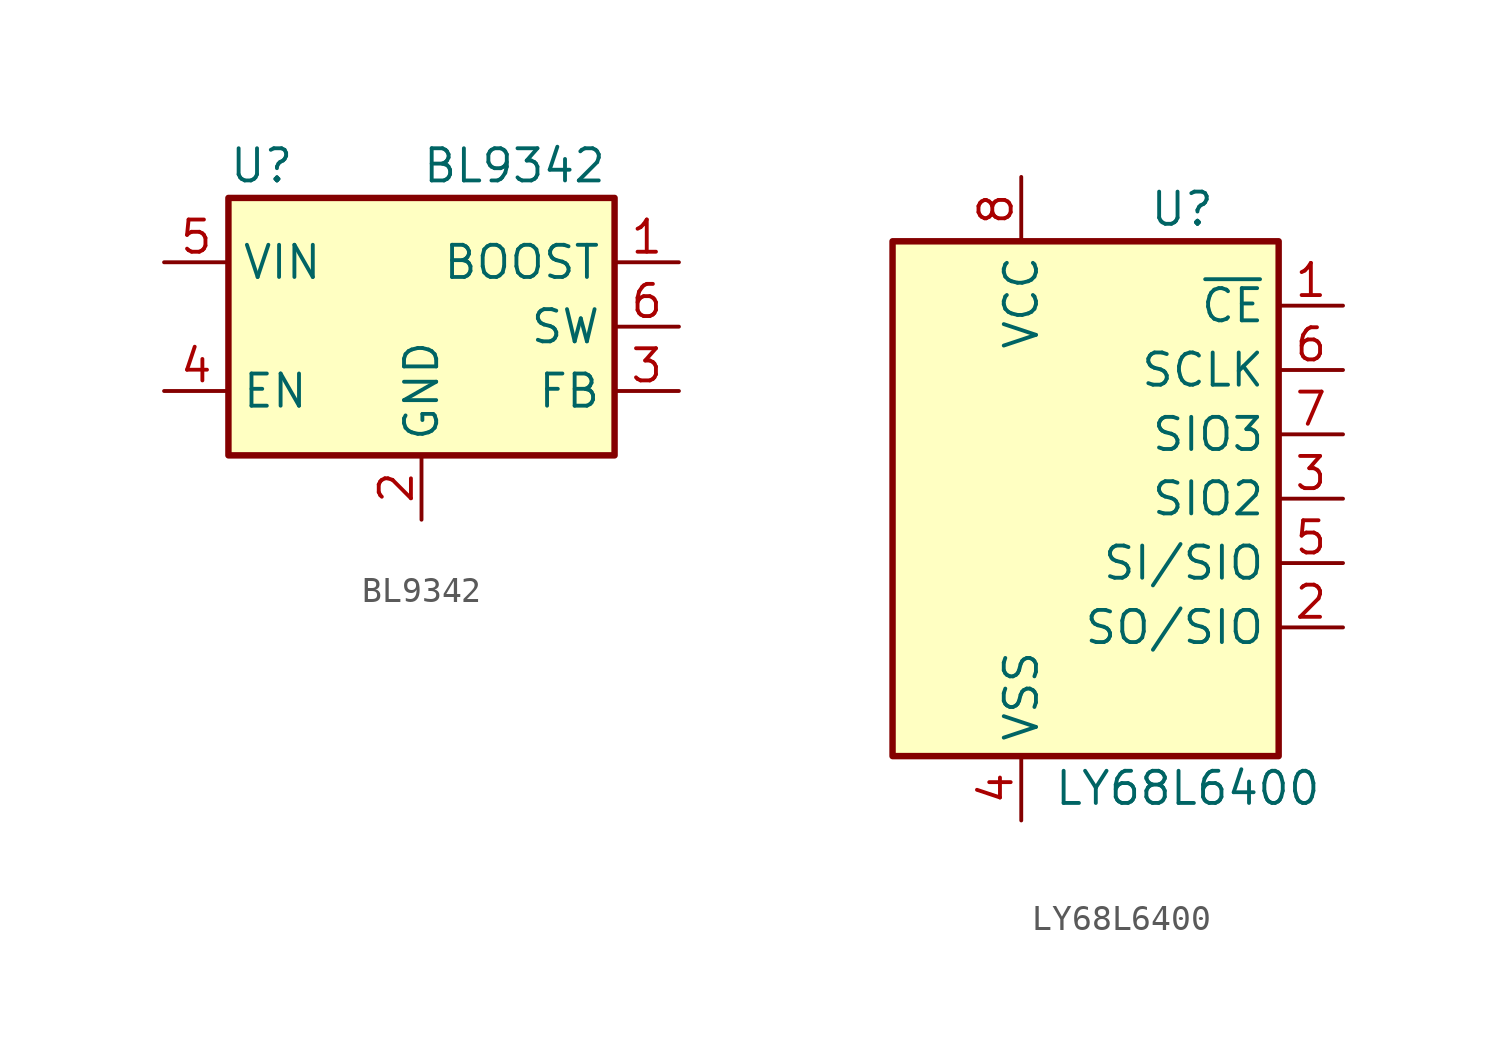
<source format=kicad_sym>
(kicad_symbol_lib
  (version 20211014)
  (generator kicad_symbol_editor)
  (symbol "BL9342"
    (property "Reference" "U"
      (at -7.62 6.35 0)
      (effects (font (size 1.27 1.27)) (justify left)))
    (property "Value" "BL9342"
      (at 0 6.35 0)
      (effects (font (size 1.27 1.27)) (justify left)))
    (symbol "BL9342_0_1"
      (rectangle (start -7.62 5.08) (end 7.62 -5.08) (stroke (width 0.254) (type default) (color 0 0 0 0)) (fill (type background)))
      (pin input line (at 10.16 2.54 180) (length 2.54) (name "BOOST" (effects (font (size 1.27 1.27)))) (number "1" (effects (font (size 1.27 1.27))))))
    (symbol "BL9342_1_1"
      (pin power_in line (at 0 -7.62 90) (length 2.54) (name "GND" (effects (font (size 1.27 1.27)))) (number "2" (effects (font (size 1.27 1.27)))))
      (pin input line (at 10.16 -2.54 180) (length 2.54) (name "FB" (effects (font (size 1.27 1.27)))) (number "3" (effects (font (size 1.27 1.27)))))
      (pin input line (at -10.16 -2.54 0) (length 2.54) (name "EN" (effects (font (size 1.27 1.27)))) (number "4" (effects (font (size 1.27 1.27)))))
      (pin power_in line (at -10.16 2.54 0) (length 2.54) (name "VIN" (effects (font (size 1.27 1.27)))) (number "5" (effects (font (size 1.27 1.27)))))
      (pin output line (at 10.16 0 180) (length 2.54) (name "SW" (effects (font (size 1.27 1.27)))) (number "6" (effects (font (size 1.27 1.27)))))))
  (symbol "LY68L6400"
    (property "Reference" "U"
      (at 3.81 11.43 0)
      (effects (font (size 1.27 1.27))))
    (property "Value" "LY68L6400"
      (at -1.27 -11.43 0)
      (effects (font (size 1.27 1.27)) (justify left)))
    (symbol "LY68L6400_0_1"
      (rectangle (start -7.62 10.16) (end 7.62 -10.16) (stroke (width 0.254) (type default) (color 0 0 0 0)) (fill (type background))))
    (symbol "LY68L6400_1_1"
      (pin input line (at 10.16 7.62 180) (length 2.54) (name "~{CE}" (effects (font (size 1.27 1.27)))) (number "1" (effects (font (size 1.27 1.27)))))
      (pin output line (at 10.16 -5.08 180) (length 2.54) (name "SO/SIO" (effects (font (size 1.27 1.27)))) (number "2" (effects (font (size 1.27 1.27)))))
      (pin bidirectional line (at 10.16 0 180) (length 2.54) (name "SIO2" (effects (font (size 1.27 1.27)))) (number "3" (effects (font (size 1.27 1.27)))))
      (pin power_in line (at -2.54 -12.7 90) (length 2.54) (name "VSS" (effects (font (size 1.27 1.27)))) (number "4" (effects (font (size 1.27 1.27)))))
      (pin input line (at 10.16 -2.54 180) (length 2.54) (name "SI/SIO" (effects (font (size 1.27 1.27)))) (number "5" (effects (font (size 1.27 1.27)))))
      (pin output line (at 10.16 5.08 180) (length 2.54) (name "SCLK" (effects (font (size 1.27 1.27)))) (number "6" (effects (font (size 1.27 1.27)))))
      (pin bidirectional line (at 10.16 2.54 180) (length 2.54) (name "SIO3" (effects (font (size 1.27 1.27)))) (number "7" (effects (font (size 1.27 1.27)))))
      (pin power_in line (at -2.54 12.7 270) (length 2.54) (name "VCC" (effects (font (size 1.27 1.27)))) (number "8" (effects (font (size 1.27 1.27))))))))
</source>
